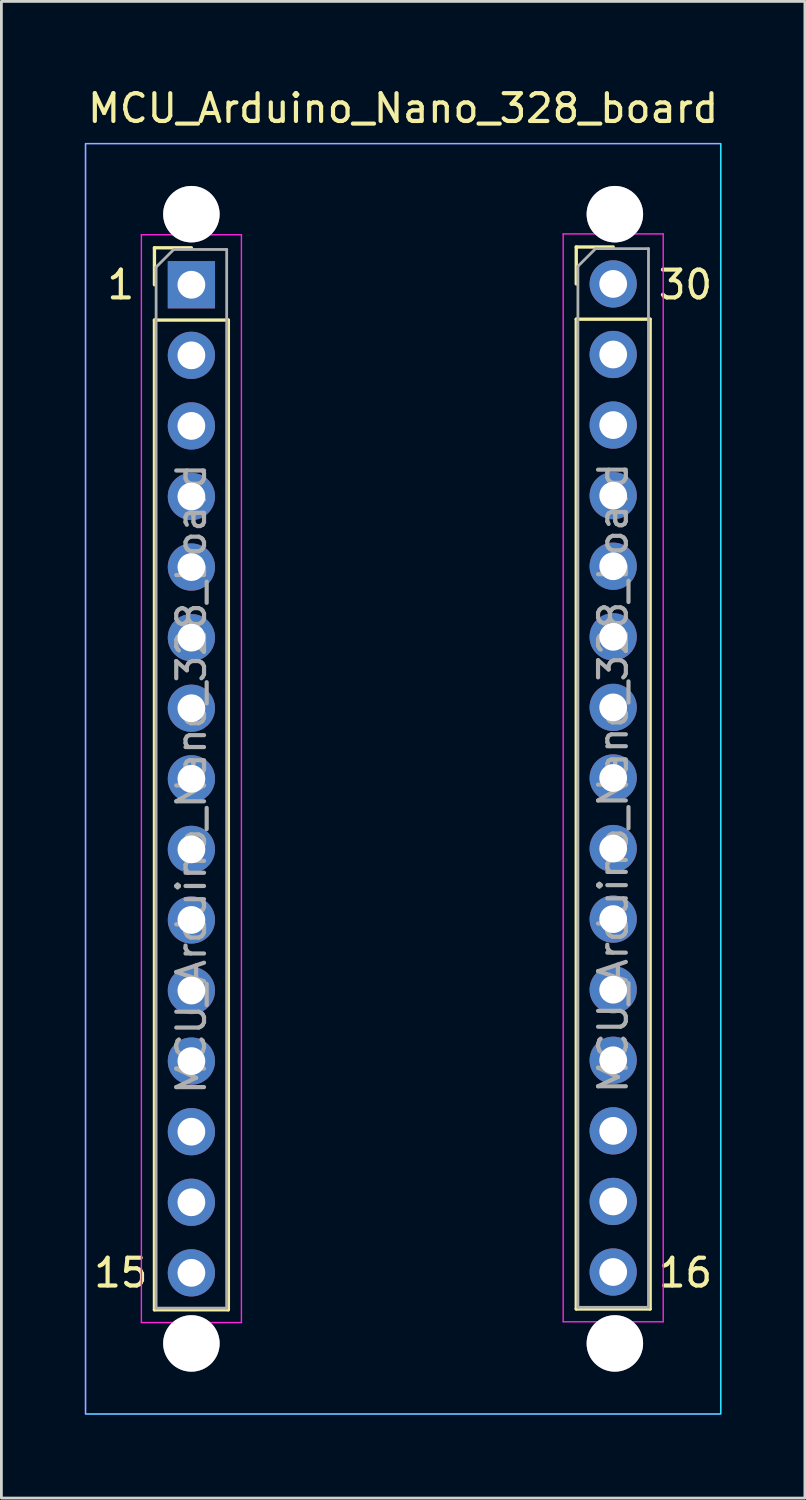
<source format=kicad_pcb>
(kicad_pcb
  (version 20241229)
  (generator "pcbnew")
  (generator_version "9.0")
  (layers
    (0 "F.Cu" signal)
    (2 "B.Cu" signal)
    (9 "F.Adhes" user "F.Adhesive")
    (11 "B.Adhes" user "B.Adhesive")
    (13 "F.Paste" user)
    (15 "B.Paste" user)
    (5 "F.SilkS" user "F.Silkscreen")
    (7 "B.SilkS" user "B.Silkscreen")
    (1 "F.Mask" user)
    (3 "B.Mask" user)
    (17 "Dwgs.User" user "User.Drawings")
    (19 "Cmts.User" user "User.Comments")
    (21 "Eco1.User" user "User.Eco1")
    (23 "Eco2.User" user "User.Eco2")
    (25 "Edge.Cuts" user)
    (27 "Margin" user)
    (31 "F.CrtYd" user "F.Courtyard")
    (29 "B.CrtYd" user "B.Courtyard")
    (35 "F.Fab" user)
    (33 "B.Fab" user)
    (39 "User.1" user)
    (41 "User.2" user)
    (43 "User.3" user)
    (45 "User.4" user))
  (footprint "MCU_Arduino_Nano_328_board"
    (layer "F.Cu")
    (at 3.838 7.198)
    (property "Reference" "MCU_Arduino_Nano_328_board" (at 7.62 -6.35 0) (layer "F.SilkS") (effects (font (size 1 1) (thickness 0.15))))
    (attr through_hole)
    (fp_line (start -1.33 -1.33) (end 0 -1.33) (stroke (width 0.12) (type solid)) (layer "F.SilkS"))
    (fp_line (start -1.33 0) (end -1.33 -1.33) (stroke (width 0.12) (type solid)) (layer "F.SilkS"))
    (fp_line (start -1.33 1.27) (end -1.33 36.89) (stroke (width 0.12) (type solid)) (layer "F.SilkS"))
    (fp_line (start -1.33 1.27) (end 1.33 1.27) (stroke (width 0.12) (type solid)) (layer "F.SilkS"))
    (fp_line (start -1.33 36.89) (end 1.33 36.89) (stroke (width 0.12) (type solid)) (layer "F.SilkS"))
    (fp_line (start 1.33 1.27) (end 1.33 36.89) (stroke (width 0.12) (type solid)) (layer "F.SilkS"))
    (fp_line (start 13.85 -1.36) (end 15.18 -1.36) (stroke (width 0.12) (type solid)) (layer "F.SilkS"))
    (fp_line (start 13.85 -0.03) (end 13.85 -1.36) (stroke (width 0.12) (type solid)) (layer "F.SilkS"))
    (fp_line (start 13.85 1.24) (end 13.85 36.86) (stroke (width 0.12) (type solid)) (layer "F.SilkS"))
    (fp_line (start 13.85 1.24) (end 16.51 1.24) (stroke (width 0.12) (type solid)) (layer "F.SilkS"))
    (fp_line (start 13.85 36.86) (end 16.51 36.86) (stroke (width 0.12) (type solid)) (layer "F.SilkS"))
    (fp_line (start 16.51 1.24) (end 16.51 36.86) (stroke (width 0.12) (type solid)) (layer "F.SilkS"))
    (fp_rect (start -3.81 -5.08) (end 19.05 40.64) (stroke (width 0.05) (type solid)) (fill no) (layer "B.CrtYd"))
    (fp_line (start -1.8 -1.8) (end -1.8 37.35) (stroke (width 0.05) (type solid)) (layer "F.CrtYd"))
    (fp_line (start -1.8 37.35) (end 1.8 37.35) (stroke (width 0.05) (type solid)) (layer "F.CrtYd"))
    (fp_line (start 1.8 -1.8) (end -1.8 -1.8) (stroke (width 0.05) (type solid)) (layer "F.CrtYd"))
    (fp_line (start 1.8 37.35) (end 1.8 -1.8) (stroke (width 0.05) (type solid)) (layer "F.CrtYd"))
    (fp_line (start 13.38 -1.83) (end 13.38 37.32) (stroke (width 0.05) (type solid)) (layer "F.CrtYd"))
    (fp_line (start 13.38 37.32) (end 16.98 37.32) (stroke (width 0.05) (type solid)) (layer "F.CrtYd"))
    (fp_line (start 16.98 -1.83) (end 13.38 -1.83) (stroke (width 0.05) (type solid)) (layer "F.CrtYd"))
    (fp_line (start 16.98 37.32) (end 16.98 -1.83) (stroke (width 0.05) (type solid)) (layer "F.CrtYd"))
    (fp_rect (start -3.81 -5.08) (end 19.05 40.64) (stroke (width 0.05) (type solid)) (fill no) (layer "F.CrtYd"))
    (fp_line (start -1.27 -0.635) (end -0.635 -1.27) (stroke (width 0.1) (type solid)) (layer "F.Fab"))
    (fp_line (start -1.27 36.83) (end -1.27 -0.635) (stroke (width 0.1) (type solid)) (layer "F.Fab"))
    (fp_line (start -0.635 -1.27) (end 1.27 -1.27) (stroke (width 0.1) (type solid)) (layer "F.Fab"))
    (fp_line (start 1.27 -1.27) (end 1.27 36.83) (stroke (width 0.1) (type solid)) (layer "F.Fab"))
    (fp_line (start 1.27 36.83) (end -1.27 36.83) (stroke (width 0.1) (type solid)) (layer "F.Fab"))
    (fp_line (start 13.91 -0.665) (end 14.545 -1.3) (stroke (width 0.1) (type solid)) (layer "F.Fab"))
    (fp_line (start 13.91 36.8) (end 13.91 -0.665) (stroke (width 0.1) (type solid)) (layer "F.Fab"))
    (fp_line (start 14.545 -1.3) (end 16.45 -1.3) (stroke (width 0.1) (type solid)) (layer "F.Fab"))
    (fp_line (start 16.45 -1.3) (end 16.45 36.8) (stroke (width 0.1) (type solid)) (layer "F.Fab"))
    (fp_line (start 16.45 36.8) (end 13.91 36.8) (stroke (width 0.1) (type solid)) (layer "F.Fab"))
    (fp_text user "16" (at 17.78 35.56 0) (unlocked yes) (layer "F.SilkS") (effects (font (size 1 1) (thickness 0.15))))
    (fp_text user "30" (at 17.78 0 0) (unlocked yes) (layer "F.SilkS") (effects (font (size 1 1) (thickness 0.15))))
    (fp_text user "1" (at -2.54 0 0) (unlocked yes) (layer "F.SilkS") (effects (font (size 1 1) (thickness 0.15))))
    (fp_text user "15" (at -2.54 35.56 0) (unlocked yes) (layer "F.SilkS") (effects (font (size 1 1) (thickness 0.15))))
    (fp_text user "${REFERENCE}" (at 0 17.78 90) (layer "F.Fab") (effects (font (size 1 1) (thickness 0.15))))
    (fp_text user "${REFERENCE}" (at 15.18 17.75 90) (layer "F.Fab") (effects (font (size 1 1) (thickness 0.15))))
    (pad "" thru_hole circle (at 0 -2.54) (size 2.032 2.032) (drill 2.032) (layers "*.Mask"))
    (pad "" thru_hole circle (at 0 38.1) (size 2.032 2.032) (drill 2.032) (layers "*.Mask"))
    (pad "" thru_hole circle (at 15.24 -2.54) (size 2.032 2.032) (drill 2.032) (layers "*.Mask"))
    (pad "" thru_hole circle (at 15.24 38.1) (size 2.032 2.032) (drill 2.032) (layers "*.Mask"))
    (pad "1" thru_hole rect (at 0 0) (size 1.7 1.7) (drill 1) (layers "*.Cu" "*.Mask"))
    (pad "2" thru_hole oval (at 0 2.54) (size 1.7 1.7) (drill 1) (layers "*.Cu" "*.Mask"))
    (pad "3" thru_hole oval (at 0 5.08) (size 1.7 1.7) (drill 1) (layers "*.Cu" "*.Mask"))
    (pad "4" thru_hole oval (at 0 7.62) (size 1.7 1.7) (drill 1) (layers "*.Cu" "*.Mask"))
    (pad "5" thru_hole oval (at 0 10.16) (size 1.7 1.7) (drill 1) (layers "*.Cu" "*.Mask"))
    (pad "6" thru_hole oval (at 0 12.7) (size 1.7 1.7) (drill 1) (layers "*.Cu" "*.Mask"))
    (pad "7" thru_hole oval (at 0 15.24) (size 1.7 1.7) (drill 1) (layers "*.Cu" "*.Mask"))
    (pad "8" thru_hole oval (at 0 17.78) (size 1.7 1.7) (drill 1) (layers "*.Cu" "*.Mask"))
    (pad "9" thru_hole oval (at 0 20.32) (size 1.7 1.7) (drill 1) (layers "*.Cu" "*.Mask"))
    (pad "10" thru_hole oval (at 0 22.86) (size 1.7 1.7) (drill 1) (layers "*.Cu" "*.Mask"))
    (pad "11" thru_hole oval (at 0 25.4) (size 1.7 1.7) (drill 1) (layers "*.Cu" "*.Mask"))
    (pad "12" thru_hole oval (at 0 27.94) (size 1.7 1.7) (drill 1) (layers "*.Cu" "*.Mask"))
    (pad "13" thru_hole oval (at 0 30.48) (size 1.7 1.7) (drill 1) (layers "*.Cu" "*.Mask"))
    (pad "14" thru_hole oval (at 0 33.02) (size 1.7 1.7) (drill 1) (layers "*.Cu" "*.Mask"))
    (pad "15" thru_hole oval (at 0 35.56) (size 1.7 1.7) (drill 1) (layers "*.Cu" "*.Mask"))
    (pad "16" thru_hole oval (at 15.18 35.53) (size 1.7 1.7) (drill 1) (layers "*.Cu" "*.Mask"))
    (pad "17" thru_hole oval (at 15.18 32.99) (size 1.7 1.7) (drill 1) (layers "*.Cu" "*.Mask"))
    (pad "18" thru_hole oval (at 15.18 30.45) (size 1.7 1.7) (drill 1) (layers "*.Cu" "*.Mask"))
    (pad "19" thru_hole oval (at 15.18 27.91) (size 1.7 1.7) (drill 1) (layers "*.Cu" "*.Mask"))
    (pad "20" thru_hole oval (at 15.18 25.37) (size 1.7 1.7) (drill 1) (layers "*.Cu" "*.Mask"))
    (pad "21" thru_hole oval (at 15.18 22.83) (size 1.7 1.7) (drill 1) (layers "*.Cu" "*.Mask"))
    (pad "22" thru_hole oval (at 15.18 20.29) (size 1.7 1.7) (drill 1) (layers "*.Cu" "*.Mask"))
    (pad "23" thru_hole oval (at 15.18 17.75) (size 1.7 1.7) (drill 1) (layers "*.Cu" "*.Mask"))
    (pad "24" thru_hole oval (at 15.18 15.21) (size 1.7 1.7) (drill 1) (layers "*.Cu" "*.Mask"))
    (pad "25" thru_hole oval (at 15.18 12.67) (size 1.7 1.7) (drill 1) (layers "*.Cu" "*.Mask"))
    (pad "26" thru_hole oval (at 15.18 10.13) (size 1.7 1.7) (drill 1) (layers "*.Cu" "*.Mask"))
    (pad "27" thru_hole oval (at 15.18 7.59) (size 1.7 1.7) (drill 1) (layers "*.Cu" "*.Mask"))
    (pad "28" thru_hole oval (at 15.18 5.05) (size 1.7 1.7) (drill 1) (layers "*.Cu" "*.Mask"))
    (pad "29" thru_hole oval (at 15.18 2.51) (size 1.7 1.7) (drill 1) (layers "*.Cu" "*.Mask"))
    (pad "30" thru_hole circle (at 15.18 -0.03) (size 1.7 1.7) (drill 1) (layers "*.Cu" "*.Mask")))
  (gr_rect
    (start -3 -3)
    (end 25.917 50.863)
    (stroke (width 0.1) (type default))
    (fill no)
    (layer "Edge.Cuts")))
</source>
